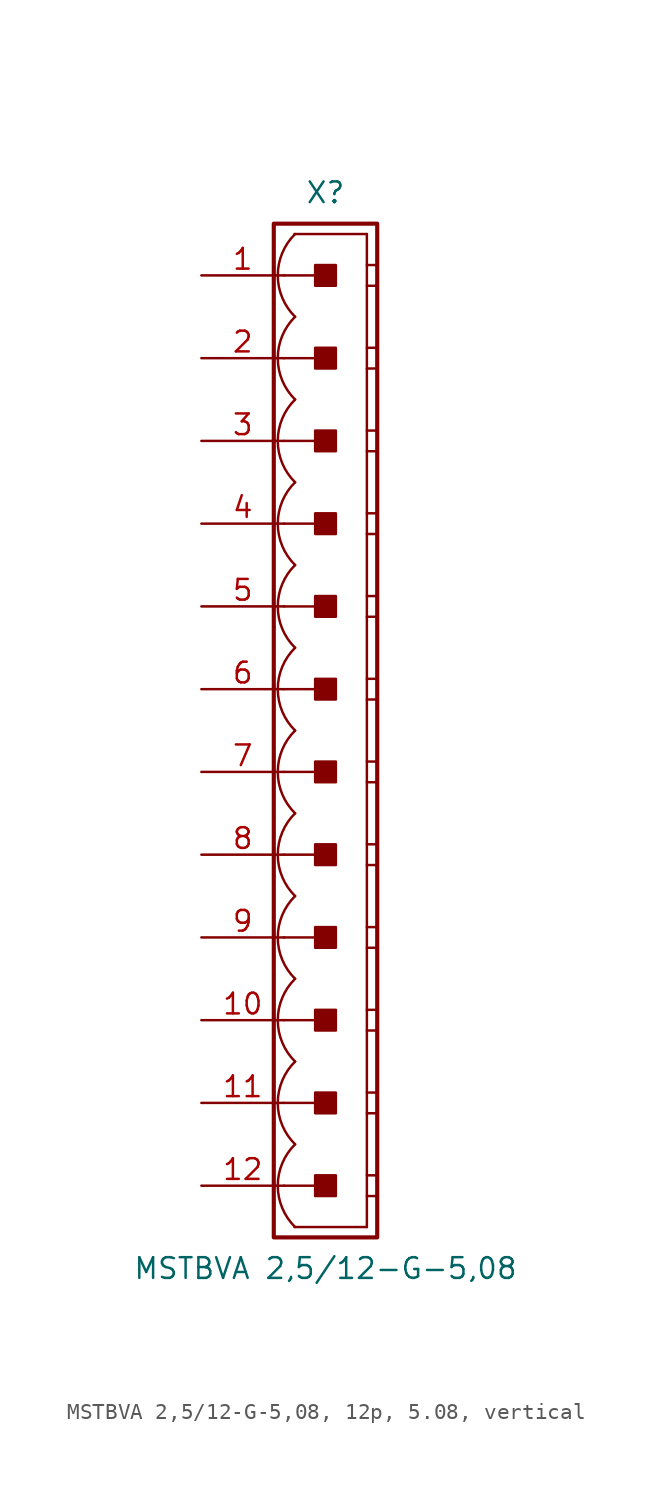
<source format=kicad_sym>
(kicad_symbol_lib
  (version 20241209)
  (generator "kicad_symbol_editor")
  (generator_version "9.0")
  (symbol "MSTBVA 2,5/12-G-5,08, 12p, 5.08, vertical"
    (pin_names
      (offset 1.016)
      (hide yes))
    (property "Reference" "X"
      (at 0 33.02 0)
      (effects (font (size 1.27 1.27))))
    (property "Value" "MSTBVA 2,5/12-G-5,08"
      (at 0 -33.02 0)
      (effects (font (size 1.27 1.27))))
    (property "Label" ""
      (at 0 0 0)
      (effects (font (size 1.27 1.27) (thickness 0.254) (bold yes))))
    (symbol "MSTBVA 2,5/12-G-5,08, 12p, 5.08, vertical_0_1"
      (polyline (pts (xy 2.54 30.48) (xy -1.905 30.48)) (stroke (width 0.152) (type default)) (fill (type none)))
      (polyline (pts (xy 2.54 30.48) (xy 2.54 -30.48)) (stroke (width 0.152) (type default)) (fill (type none)))
      (polyline (pts (xy 2.54 28.575) (xy 3.175 28.575)) (stroke (width 0.152) (type default)) (fill (type none)))
      (polyline (pts (xy 2.54 27.305) (xy 3.175 27.305)) (stroke (width 0.152) (type default)) (fill (type none)))
      (polyline (pts (xy 2.54 23.495) (xy 3.175 23.495)) (stroke (width 0.152) (type default)) (fill (type none)))
      (polyline (pts (xy 2.54 22.225) (xy 3.175 22.225)) (stroke (width 0.152) (type default)) (fill (type none)))
      (polyline (pts (xy 2.54 18.415) (xy 3.175 18.415)) (stroke (width 0.152) (type default)) (fill (type none)))
      (polyline (pts (xy 2.54 17.145) (xy 3.175 17.145)) (stroke (width 0.152) (type default)) (fill (type none)))
      (polyline (pts (xy 2.54 13.335) (xy 3.175 13.335)) (stroke (width 0.152) (type default)) (fill (type none)))
      (polyline (pts (xy 2.54 12.065) (xy 3.175 12.065)) (stroke (width 0.152) (type default)) (fill (type none)))
      (polyline (pts (xy 2.54 8.255) (xy 3.175 8.255)) (stroke (width 0.152) (type default)) (fill (type none)))
      (polyline (pts (xy 2.54 6.985) (xy 3.175 6.985)) (stroke (width 0.152) (type default)) (fill (type none)))
      (polyline (pts (xy 2.54 3.175) (xy 3.175 3.175)) (stroke (width 0.152) (type default)) (fill (type none)))
      (polyline (pts (xy 2.54 1.905) (xy 3.175 1.905)) (stroke (width 0.152) (type default)) (fill (type none)))
      (polyline (pts (xy 2.54 -1.905) (xy 3.175 -1.905)) (stroke (width 0.152) (type default)) (fill (type none)))
      (polyline (pts (xy 2.54 -3.175) (xy 3.175 -3.175)) (stroke (width 0.152) (type default)) (fill (type none)))
      (polyline (pts (xy 2.54 -6.985) (xy 3.175 -6.985)) (stroke (width 0.152) (type default)) (fill (type none)))
      (polyline (pts (xy 2.54 -8.255) (xy 3.175 -8.255)) (stroke (width 0.152) (type default)) (fill (type none)))
      (polyline (pts (xy 2.54 -12.065) (xy 3.175 -12.065)) (stroke (width 0.152) (type default)) (fill (type none)))
      (polyline (pts (xy 2.54 -13.335) (xy 3.175 -13.335)) (stroke (width 0.152) (type default)) (fill (type none)))
      (polyline (pts (xy 2.54 -17.145) (xy 3.175 -17.145)) (stroke (width 0.152) (type default)) (fill (type none)))
      (polyline (pts (xy 2.54 -18.415) (xy 3.175 -18.415)) (stroke (width 0.152) (type default)) (fill (type none)))
      (polyline (pts (xy 2.54 -22.225) (xy 3.175 -22.225)) (stroke (width 0.152) (type default)) (fill (type none)))
      (polyline (pts (xy 2.54 -23.495) (xy 3.175 -23.495)) (stroke (width 0.152) (type default)) (fill (type none)))
      (polyline (pts (xy 2.54 -27.305) (xy 3.175 -27.305)) (stroke (width 0.152) (type default)) (fill (type none)))
      (polyline (pts (xy 2.54 -28.575) (xy 3.175 -28.575)) (stroke (width 0.152) (type default)) (fill (type none)))
      (polyline (pts (xy 2.54 -30.48) (xy -1.905 -30.48)) (stroke (width 0.152) (type default)) (fill (type none))))
    (symbol "MSTBVA 2,5/12-G-5,08, 12p, 5.08, vertical_1_0"
      (polyline (pts (xy -2.54 27.94) (xy 0 27.94)) (stroke (width 0.152) (type default)) (fill (type none)))
      (polyline (pts (xy -2.54 22.86) (xy 0 22.86)) (stroke (width 0.152) (type default)) (fill (type none)))
      (polyline (pts (xy -2.54 17.78) (xy 0 17.78)) (stroke (width 0.152) (type default)) (fill (type none)))
      (polyline (pts (xy -2.54 12.7) (xy 0 12.7)) (stroke (width 0.152) (type default)) (fill (type none)))
      (polyline (pts (xy -2.54 7.62) (xy 0 7.62)) (stroke (width 0.152) (type default)) (fill (type none)))
      (polyline (pts (xy -2.54 2.54) (xy 0 2.54)) (stroke (width 0.152) (type default)) (fill (type none)))
      (polyline (pts (xy -2.54 -2.54) (xy 0 -2.54)) (stroke (width 0.152) (type default)) (fill (type none)))
      (polyline (pts (xy -2.54 -7.62) (xy 0 -7.62)) (stroke (width 0.152) (type default)) (fill (type none)))
      (polyline (pts (xy -2.54 -12.7) (xy 0 -12.7)) (stroke (width 0.152) (type default)) (fill (type none)))
      (polyline (pts (xy -2.54 -17.78) (xy 0 -17.78)) (stroke (width 0.152) (type default)) (fill (type none)))
      (polyline (pts (xy -2.54 -22.86) (xy 0 -22.86)) (stroke (width 0.152) (type default)) (fill (type none)))
      (polyline (pts (xy -2.54 -27.94) (xy 0 -27.94)) (stroke (width 0.152) (type default)) (fill (type none))))
    (symbol "MSTBVA 2,5/12-G-5,08, 12p, 5.08, vertical_1_1"
      (rectangle (start -3.175 31.115) (end 3.175 -31.115) (stroke (width 0.254) (type default)) (fill (type none)))
      (rectangle (start -0.635 27.305) (end 0.635 28.575) (stroke (width 0.152) (type default)) (fill (type outline)))
      (rectangle (start -0.635 22.225) (end 0.635 23.495) (stroke (width 0.152) (type default)) (fill (type outline)))
      (rectangle (start -0.635 17.145) (end 0.635 18.415) (stroke (width 0.152) (type default)) (fill (type outline)))
      (rectangle (start -0.635 12.065) (end 0.635 13.335) (stroke (width 0.152) (type default)) (fill (type outline)))
      (rectangle (start -0.635 6.985) (end 0.635 8.255) (stroke (width 0.152) (type default)) (fill (type outline)))
      (rectangle (start -0.635 1.905) (end 0.635 3.175) (stroke (width 0.152) (type default)) (fill (type outline)))
      (rectangle (start -0.635 -3.175) (end 0.635 -1.905) (stroke (width 0.152) (type default)) (fill (type outline)))
      (rectangle (start -0.635 -8.255) (end 0.635 -6.985) (stroke (width 0.152) (type default)) (fill (type outline)))
      (rectangle (start -0.635 -13.335) (end 0.635 -12.065) (stroke (width 0.152) (type default)) (fill (type outline)))
      (rectangle (start -0.635 -18.415) (end 0.635 -17.145) (stroke (width 0.152) (type default)) (fill (type outline)))
      (rectangle (start -0.635 -23.495) (end 0.635 -22.225) (stroke (width 0.152) (type default)) (fill (type outline)))
      (rectangle (start -0.635 -28.575) (end 0.635 -27.305) (stroke (width 0.152) (type default)) (fill (type outline)))
      (arc (start -1.8664 25.4) (mid -2.9299 27.94) (end -1.8664 30.48) (stroke (width 0.1524) (type default)) (fill (type none)))
      (arc (start -1.8664 20.32) (mid -2.9299 22.86) (end -1.8664 25.4) (stroke (width 0.1524) (type default)) (fill (type none)))
      (arc (start -1.8664 15.24) (mid -2.9299 17.78) (end -1.8664 20.32) (stroke (width 0.1524) (type default)) (fill (type none)))
      (arc (start -1.8664 10.16) (mid -2.9299 12.7) (end -1.8664 15.24) (stroke (width 0.1524) (type default)) (fill (type none)))
      (arc (start -1.8664 5.08) (mid -2.9299 7.62) (end -1.8664 10.16) (stroke (width 0.1524) (type default)) (fill (type none)))
      (arc (start -1.8664 0) (mid -2.9299 2.54) (end -1.8664 5.08) (stroke (width 0.1524) (type default)) (fill (type none)))
      (arc (start -1.8664 -5.08) (mid -2.9299 -2.54) (end -1.8664 0) (stroke (width 0.1524) (type default)) (fill (type none)))
      (arc (start -1.8664 -10.16) (mid -2.9299 -7.62) (end -1.8664 -5.08) (stroke (width 0.1524) (type default)) (fill (type none)))
      (arc (start -1.8664 -15.24) (mid -2.9299 -12.7) (end -1.8664 -10.16) (stroke (width 0.1524) (type default)) (fill (type none)))
      (arc (start -1.8664 -20.32) (mid -2.9299 -17.78) (end -1.8664 -15.24) (stroke (width 0.1524) (type default)) (fill (type none)))
      (arc (start -1.8664 -25.4) (mid -2.9299 -22.86) (end -1.8664 -20.32) (stroke (width 0.1524) (type default)) (fill (type none)))
      (arc (start -1.8664 -30.48) (mid -2.9299 -27.94) (end -1.8664 -25.4) (stroke (width 0.1524) (type default)) (fill (type none)))
      (pin passive line (at -7.62 27.94 0) (length 5.08) (name "1" (effects (font (size 1.27 1.27)))) (number "1" (effects (font (size 1.27 1.27)))))
      (pin passive line (at -7.62 22.86 0) (length 5.08) (name "2" (effects (font (size 1.27 1.27)))) (number "2" (effects (font (size 1.27 1.27)))))
      (pin passive line (at -7.62 17.78 0) (length 5.08) (name "3" (effects (font (size 1.27 1.27)))) (number "3" (effects (font (size 1.27 1.27)))))
      (pin passive line (at -7.62 12.7 0) (length 5.08) (name "4" (effects (font (size 1.27 1.27)))) (number "4" (effects (font (size 1.27 1.27)))))
      (pin passive line (at -7.62 7.62 0) (length 5.08) (name "5" (effects (font (size 1.27 1.27)))) (number "5" (effects (font (size 1.27 1.27)))))
      (pin passive line (at -7.62 2.54 0) (length 5.08) (name "6" (effects (font (size 1.27 1.27)))) (number "6" (effects (font (size 1.27 1.27)))))
      (pin passive line (at -7.62 -2.54 0) (length 5.08) (name "7" (effects (font (size 1.27 1.27)))) (number "7" (effects (font (size 1.27 1.27)))))
      (pin passive line (at -7.62 -7.62 0) (length 5.08) (name "8" (effects (font (size 1.27 1.27)))) (number "8" (effects (font (size 1.27 1.27)))))
      (pin passive line (at -7.62 -12.7 0) (length 5.08) (name "9" (effects (font (size 1.27 1.27)))) (number "9" (effects (font (size 1.27 1.27)))))
      (pin passive line (at -7.62 -17.78 0) (length 5.08) (name "10" (effects (font (size 1.27 1.27)))) (number "10" (effects (font (size 1.27 1.27)))))
      (pin passive line (at -7.62 -22.86 0) (length 5.08) (name "11" (effects (font (size 1.27 1.27)))) (number "11" (effects (font (size 1.27 1.27)))))
      (pin passive line (at -7.62 -27.94 0) (length 5.08) (name "12" (effects (font (size 1.27 1.27)))) (number "12" (effects (font (size 1.27 1.27))))))))
</source>
